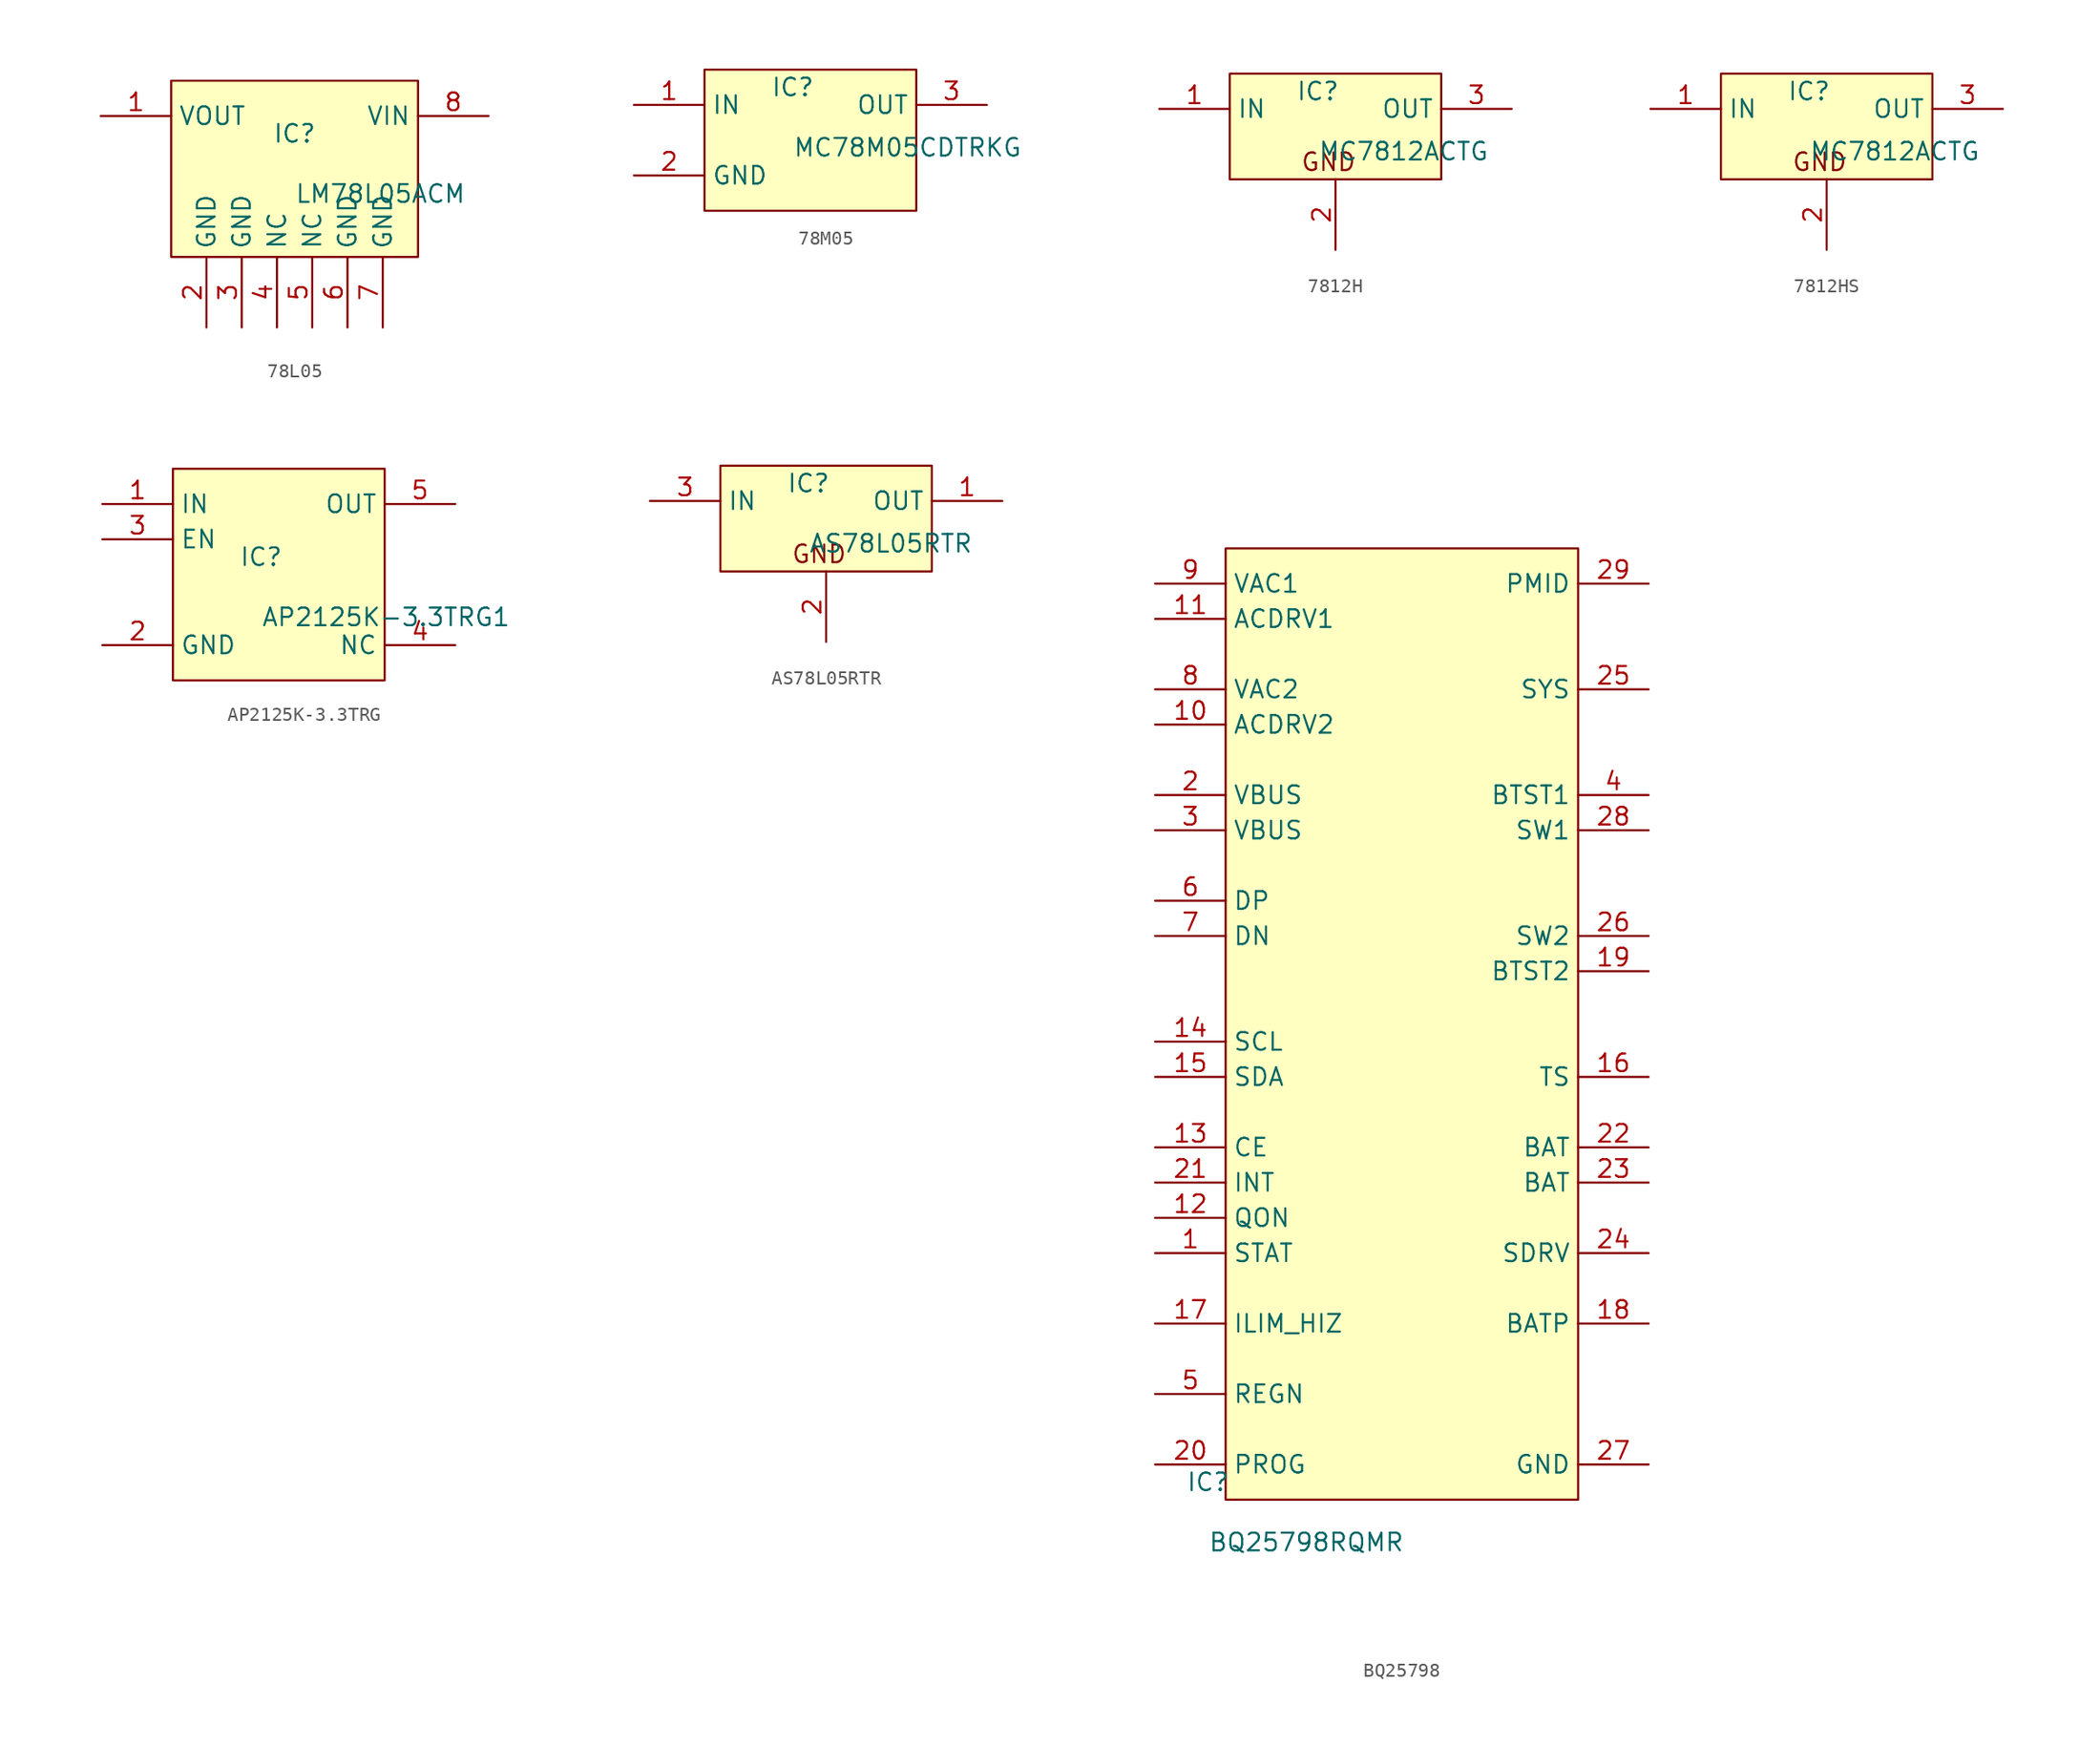
<source format=kicad_sym>
(kicad_symbol_lib
  (version 20231120)
  (generator "kicad_symbol_editor")
  (generator_version "8.0")
  (symbol "78L05"
    (property "Reference" "IC"
      (at -1.27 1.27 0)
      (effects (font (size 1.27 1.27))))
    (property "Value" "LM78L05ACM"
      (at -1.27 -3.81 0)
      (effects (font (size 1.27 1.27)) (justify left bottom)))
    (symbol "78L05_1_0"
      (rectangle (start -10.16 5.08) (end 7.62 -7.62) (stroke (width 0) (type solid) (color 128 0 0 1)) (fill (type background)))
      (pin passive line (at -15.24 2.54 0) (length 5.08) (name "VOUT" (effects (font (size 1.27 1.27)))) (number "1" (effects (font (size 1.27 1.27)))))
      (pin passive line (at -7.62 -12.7 90) (length 5.08) (name "GND" (effects (font (size 1.27 1.27)))) (number "2" (effects (font (size 1.27 1.27)))))
      (pin passive line (at -5.08 -12.7 90) (length 5.08) (name "GND" (effects (font (size 1.27 1.27)))) (number "3" (effects (font (size 1.27 1.27)))))
      (pin passive line (at -2.54 -12.7 90) (length 5.08) (name "NC" (effects (font (size 1.27 1.27)))) (number "4" (effects (font (size 1.27 1.27)))))
      (pin passive line (at 0 -12.7 90) (length 5.08) (name "NC" (effects (font (size 1.27 1.27)))) (number "5" (effects (font (size 1.27 1.27)))))
      (pin passive line (at 2.54 -12.7 90) (length 5.08) (name "GND" (effects (font (size 1.27 1.27)))) (number "6" (effects (font (size 1.27 1.27)))))
      (pin passive line (at 5.08 -12.7 90) (length 5.08) (name "GND" (effects (font (size 1.27 1.27)))) (number "7" (effects (font (size 1.27 1.27)))))
      (pin passive line (at 12.7 2.54 180) (length 5.08) (name "VIN" (effects (font (size 1.27 1.27)))) (number "8" (effects (font (size 1.27 1.27)))))))
  (symbol "78M05"
    (property "Reference" "IC"
      (at -1.27 1.27 0)
      (effects (font (size 1.27 1.27))))
    (property "Value" "MC78M05CDTRKG"
      (at -1.27 -3.81 0)
      (effects (font (size 1.27 1.27)) (justify left bottom)))
    (symbol "78M05_1_0"
      (rectangle (start -7.62 2.54) (end 7.62 -7.62) (stroke (width 0) (type solid) (color 128 0 0 1)) (fill (type background)))
      (pin passive line (at -12.7 0 0) (length 5.08) (name "IN" (effects (font (size 1.27 1.27)))) (number "1" (effects (font (size 1.27 1.27)))))
      (pin passive line (at -12.7 -5.08 0) (length 5.08) (name "GND" (effects (font (size 1.27 1.27)))) (number "2" (effects (font (size 1.27 1.27)))))
      (pin passive line (at 12.7 0 180) (length 5.08) (name "OUT" (effects (font (size 1.27 1.27)))) (number "3" (effects (font (size 1.27 1.27)))))))
  (symbol "7812H"
    (property "Reference" "IC"
      (at -1.27 1.27 0)
      (effects (font (size 1.27 1.27))))
    (property "Value" "MC7812ACTG"
      (at -1.27 -3.81 0)
      (effects (font (size 1.27 1.27)) (justify left bottom)))
    (symbol "7812H_1_0"
      (rectangle (start -7.62 2.54) (end 7.62 -5.08) (stroke (width 0) (type solid) (color 128 0 0 1)) (fill (type background)))
      (text "GND" (at -2.54 -4.572 0) (effects (font (size 1.27 1.27)) (justify left bottom)))
      (pin passive line (at -12.7 0 0) (length 5.08) (name "IN" (effects (font (size 1.27 1.27)))) (number "1" (effects (font (size 1.27 1.27)))))
      (pin passive line (at 0 -10.16 90) (length 5.08) (name "GND" (effects (font (size 0 0)))) (number "2" (effects (font (size 1.27 1.27)))))
      (pin passive line (at 12.7 0 180) (length 5.08) (name "OUT" (effects (font (size 1.27 1.27)))) (number "3" (effects (font (size 1.27 1.27)))))))
  (symbol "7812HS"
    (property "Reference" "IC"
      (at -1.27 1.27 0)
      (effects (font (size 1.27 1.27))))
    (property "Value" "MC7812ACTG"
      (at -1.27 -3.81 0)
      (effects (font (size 1.27 1.27)) (justify left bottom)))
    (symbol "7812HS_1_0"
      (rectangle (start -7.62 2.54) (end 7.62 -5.08) (stroke (width 0) (type solid) (color 128 0 0 1)) (fill (type background)))
      (text "GND" (at -2.54 -4.572 0) (effects (font (size 1.27 1.27)) (justify left bottom)))
      (pin passive line (at -12.7 0 0) (length 5.08) (name "IN" (effects (font (size 1.27 1.27)))) (number "1" (effects (font (size 1.27 1.27)))))
      (pin passive line (at 0 -10.16 90) (length 5.08) (name "GND" (effects (font (size 0 0)))) (number "2" (effects (font (size 1.27 1.27)))))
      (pin passive line (at 12.7 0 180) (length 5.08) (name "OUT" (effects (font (size 1.27 1.27)))) (number "3" (effects (font (size 1.27 1.27)))))))
  (symbol "AP2125K-3.3TRG"
    (property "Reference" "IC"
      (at -1.27 1.27 0)
      (effects (font (size 1.27 1.27))))
    (property "Value" "AP2125K-3.3TRG1"
      (at -1.27 -3.81 0)
      (effects (font (size 1.27 1.27)) (justify left bottom)))
    (symbol "AP2125K-3.3TRG_1_0"
      (rectangle (start -7.62 7.62) (end 7.62 -7.62) (stroke (width 0) (type solid) (color 128 0 0 1)) (fill (type background)))
      (pin passive line (at -12.7 5.08 0) (length 5.08) (name "IN" (effects (font (size 1.27 1.27)))) (number "1" (effects (font (size 1.27 1.27)))))
      (pin passive line (at -12.7 -5.08 0) (length 5.08) (name "GND" (effects (font (size 1.27 1.27)))) (number "2" (effects (font (size 1.27 1.27)))))
      (pin passive line (at -12.7 2.54 0) (length 5.08) (name "EN" (effects (font (size 1.27 1.27)))) (number "3" (effects (font (size 1.27 1.27)))))
      (pin passive line (at 12.7 -5.08 180) (length 5.08) (name "NC" (effects (font (size 1.27 1.27)))) (number "4" (effects (font (size 1.27 1.27)))))
      (pin passive line (at 12.7 5.08 180) (length 5.08) (name "OUT" (effects (font (size 1.27 1.27)))) (number "5" (effects (font (size 1.27 1.27)))))))
  (symbol "AS78L05RTR"
    (property "Reference" "IC"
      (at -1.27 1.27 0)
      (effects (font (size 1.27 1.27))))
    (property "Value" "AS78L05RTR"
      (at -1.27 -3.81 0)
      (effects (font (size 1.27 1.27)) (justify left bottom)))
    (symbol "AS78L05RTR_1_0"
      (rectangle (start -7.62 2.54) (end 7.62 -5.08) (stroke (width 0) (type solid) (color 128 0 0 1)) (fill (type background)))
      (text "GND" (at -2.54 -4.572 0) (effects (font (size 1.27 1.27)) (justify left bottom)))
      (pin passive line (at 12.7 0 180) (length 5.08) (name "OUT" (effects (font (size 1.27 1.27)))) (number "1" (effects (font (size 1.27 1.27)))))
      (pin passive line (at 0 -10.16 90) (length 5.08) (name "GND" (effects (font (size 0 0)))) (number "2" (effects (font (size 1.27 1.27)))))
      (pin passive line (at -12.7 0 0) (length 5.08) (name "IN" (effects (font (size 1.27 1.27)))) (number "3" (effects (font (size 1.27 1.27)))))))
  (symbol "BQ25798"
    (property "Reference" "IC"
      (at -1.27 1.27 0)
      (effects (font (size 1.27 1.27))))
    (property "Value" "BQ25798RQMR"
      (at -1.27 -3.81 0)
      (effects (font (size 1.27 1.27)) (justify left bottom)))
    (symbol "BQ25798_1_0"
      (rectangle (start 0 68.58) (end 25.4 0) (stroke (width 0) (type solid) (color 128 0 0 1)) (fill (type background)))
      (pin output line (at -5.08 17.78 0) (length 5.08) (name "STAT" (effects (font (size 1.27 1.27)))) (number "1" (effects (font (size 1.27 1.27)))))
      (pin passive line (at -5.08 55.88 0) (length 5.08) (name "ACDRV2" (effects (font (size 1.27 1.27)))) (number "10" (effects (font (size 1.27 1.27)))))
      (pin passive line (at -5.08 63.5 0) (length 5.08) (name "ACDRV1" (effects (font (size 1.27 1.27)))) (number "11" (effects (font (size 1.27 1.27)))))
      (pin input line (at -5.08 20.32 0) (length 5.08) (name "QON" (effects (font (size 1.27 1.27)))) (number "12" (effects (font (size 1.27 1.27)))))
      (pin input line (at -5.08 25.4 0) (length 5.08) (name "CE" (effects (font (size 1.27 1.27)))) (number "13" (effects (font (size 1.27 1.27)))))
      (pin input line (at -5.08 33.02 0) (length 5.08) (name "SCL" (effects (font (size 1.27 1.27)))) (number "14" (effects (font (size 1.27 1.27)))))
      (pin bidirectional line (at -5.08 30.48 0) (length 5.08) (name "SDA" (effects (font (size 1.27 1.27)))) (number "15" (effects (font (size 1.27 1.27)))))
      (pin passive line (at 30.48 30.48 180) (length 5.08) (name "TS" (effects (font (size 1.27 1.27)))) (number "16" (effects (font (size 1.27 1.27)))))
      (pin passive line (at -5.08 12.7 0) (length 5.08) (name "ILIM_HIZ" (effects (font (size 1.27 1.27)))) (number "17" (effects (font (size 1.27 1.27)))))
      (pin passive line (at 30.48 12.7 180) (length 5.08) (name "BATP" (effects (font (size 1.27 1.27)))) (number "18" (effects (font (size 1.27 1.27)))))
      (pin passive line (at 30.48 38.1 180) (length 5.08) (name "BTST2" (effects (font (size 1.27 1.27)))) (number "19" (effects (font (size 1.27 1.27)))))
      (pin passive line (at -5.08 50.8 0) (length 5.08) (name "VBUS" (effects (font (size 1.27 1.27)))) (number "2" (effects (font (size 1.27 1.27)))))
      (pin passive line (at -5.08 2.54 0) (length 5.08) (name "PROG" (effects (font (size 1.27 1.27)))) (number "20" (effects (font (size 1.27 1.27)))))
      (pin output line (at -5.08 22.86 0) (length 5.08) (name "INT" (effects (font (size 1.27 1.27)))) (number "21" (effects (font (size 1.27 1.27)))))
      (pin passive line (at 30.48 25.4 180) (length 5.08) (name "BAT" (effects (font (size 1.27 1.27)))) (number "22" (effects (font (size 1.27 1.27)))))
      (pin passive line (at 30.48 22.86 180) (length 5.08) (name "BAT" (effects (font (size 1.27 1.27)))) (number "23" (effects (font (size 1.27 1.27)))))
      (pin passive line (at 30.48 17.78 180) (length 5.08) (name "SDRV" (effects (font (size 1.27 1.27)))) (number "24" (effects (font (size 1.27 1.27)))))
      (pin passive line (at 30.48 58.42 180) (length 5.08) (name "SYS" (effects (font (size 1.27 1.27)))) (number "25" (effects (font (size 1.27 1.27)))))
      (pin passive line (at 30.48 40.64 180) (length 5.08) (name "SW2" (effects (font (size 1.27 1.27)))) (number "26" (effects (font (size 1.27 1.27)))))
      (pin passive line (at 30.48 2.54 180) (length 5.08) (name "GND" (effects (font (size 1.27 1.27)))) (number "27" (effects (font (size 1.27 1.27)))))
      (pin passive line (at 30.48 48.26 180) (length 5.08) (name "SW1" (effects (font (size 1.27 1.27)))) (number "28" (effects (font (size 1.27 1.27)))))
      (pin passive line (at 30.48 66.04 180) (length 5.08) (name "PMID" (effects (font (size 1.27 1.27)))) (number "29" (effects (font (size 1.27 1.27)))))
      (pin passive line (at -5.08 48.26 0) (length 5.08) (name "VBUS" (effects (font (size 1.27 1.27)))) (number "3" (effects (font (size 1.27 1.27)))))
      (pin passive line (at 30.48 50.8 180) (length 5.08) (name "BTST1" (effects (font (size 1.27 1.27)))) (number "4" (effects (font (size 1.27 1.27)))))
      (pin passive line (at -5.08 7.62 0) (length 5.08) (name "REGN" (effects (font (size 1.27 1.27)))) (number "5" (effects (font (size 1.27 1.27)))))
      (pin bidirectional line (at -5.08 43.18 0) (length 5.08) (name "DP" (effects (font (size 1.27 1.27)))) (number "6" (effects (font (size 1.27 1.27)))))
      (pin bidirectional line (at -5.08 40.64 0) (length 5.08) (name "DN" (effects (font (size 1.27 1.27)))) (number "7" (effects (font (size 1.27 1.27)))))
      (pin passive line (at -5.08 58.42 0) (length 5.08) (name "VAC2" (effects (font (size 1.27 1.27)))) (number "8" (effects (font (size 1.27 1.27)))))
      (pin passive line (at -5.08 66.04 0) (length 5.08) (name "VAC1" (effects (font (size 1.27 1.27)))) (number "9" (effects (font (size 1.27 1.27))))))))
</source>
